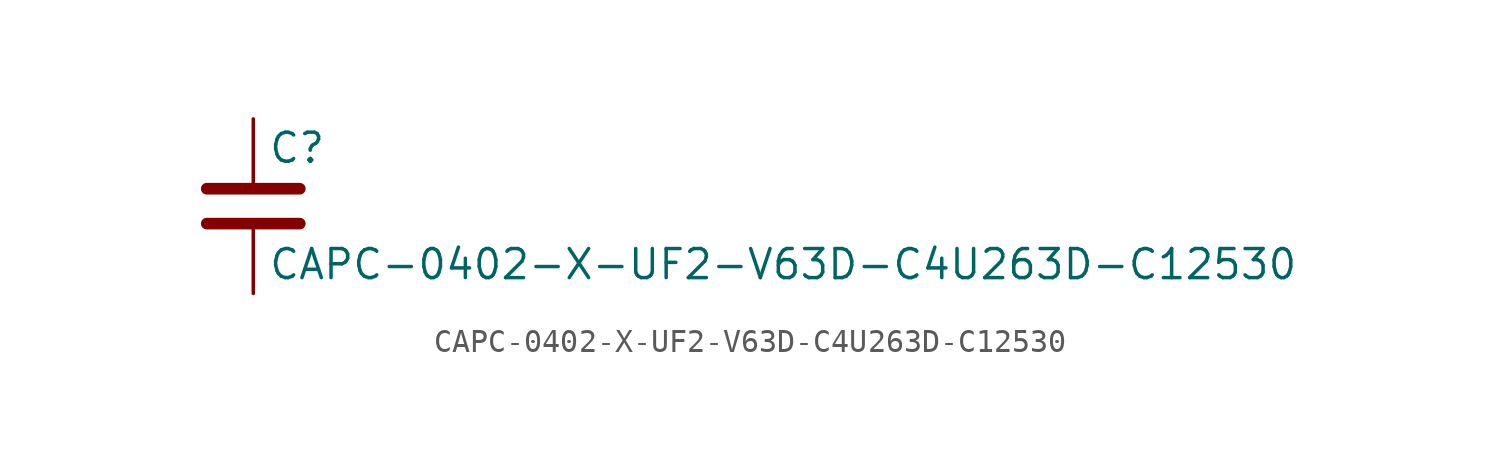
<source format=kicad_sym>
(kicad_symbol_lib
  (version 20211014)
  (generator kicad_symbol_editor)
  (symbol "CAPC-0402-X-UF2-V63D-C4U263D-C12530"
    (pin_numbers hide)
    (pin_names
      (offset 0.254))
    (property "Reference" "C"
      (at 0.635 2.54 0)
      (effects (font (size 1.27 1.27)) (justify left)))
    (property "Value" "CAPC-0402-X-UF2-V63D-C4U263D-C12530"
      (at 0.635 -2.54 0)
      (effects (font (size 1.27 1.27)) (justify left)))
    (symbol "CAPC-0402-X-UF2-V63D-C4U263D-C12530_0_1"
      (polyline (pts (xy -2.032 -0.762) (xy 2.032 -0.762)) (stroke (width 0.508) (type default) (color 0 0 0 0)) (fill (type none)))
      (polyline (pts (xy -2.032 0.762) (xy 2.032 0.762)) (stroke (width 0.508) (type default) (color 0 0 0 0)) (fill (type none))))
    (symbol "CAPC-0402-X-UF2-V63D-C4U263D-C12530_1_1"
      (pin passive line (at 0 3.81 270) (length 2.794) (name "~" (effects (font (size 1.27 1.27)))) (number "1" (effects (font (size 1.27 1.27)))))
      (pin passive line (at 0 -3.81 90) (length 2.794) (name "~" (effects (font (size 1.27 1.27)))) (number "2" (effects (font (size 1.27 1.27))))))))
</source>
